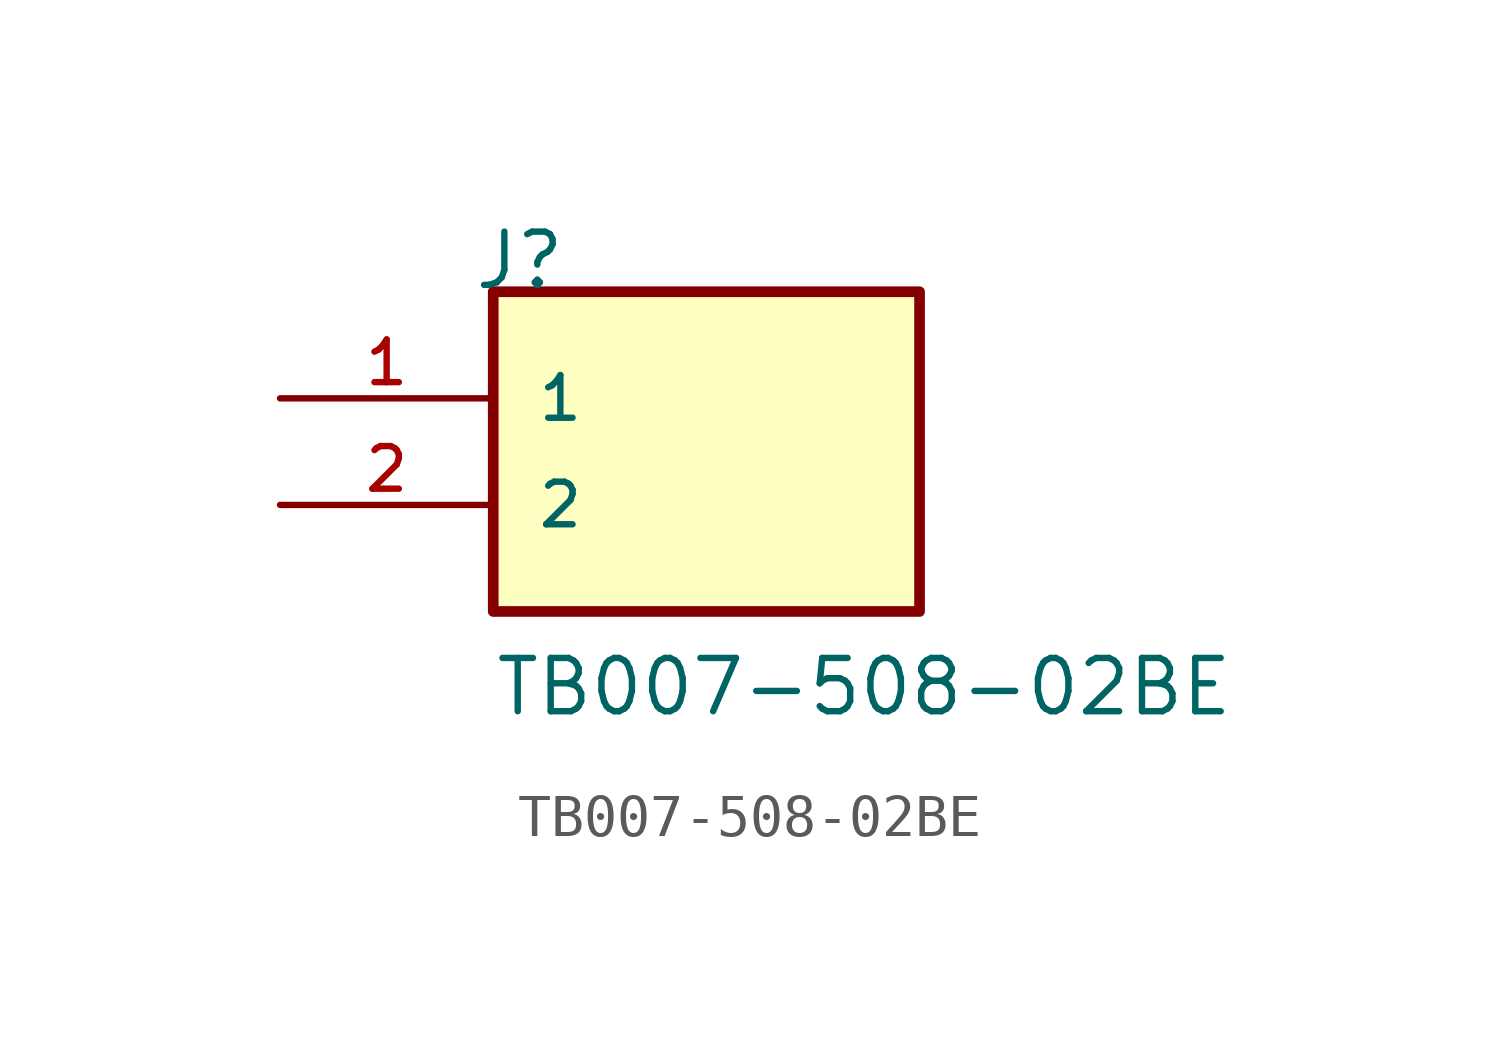
<source format=kicad_sym>
(kicad_symbol_lib
  (version 20211014)
  (generator kicad_symbol_editor)
  (symbol "TB007-508-02BE"
    (pin_names
      (offset 1.016))
    (property "Reference" "J"
      (at -5.58 5.08 0)
      (effects (font (size 1.27 1.27)) (justify bottom left)))
    (property "Value" "TB007-508-02BE"
      (at -5.08 -5.08 0)
      (effects (font (size 1.27 1.27)) (justify bottom left)))
    (symbol "TB007-508-02BE_0_0"
      (rectangle (start -5.08 -2.54) (end 5.08 5.08) (stroke (width 0.254)) (fill (type background)))
      (pin passive line (at -10.16 2.54 0) (length 5.08) (name "1" (effects (font (size 1.016 1.016)))) (number "1" (effects (font (size 1.016 1.016)))))
      (pin passive line (at -10.16 0.0 0) (length 5.08) (name "2" (effects (font (size 1.016 1.016)))) (number "2" (effects (font (size 1.016 1.016))))))))
</source>
